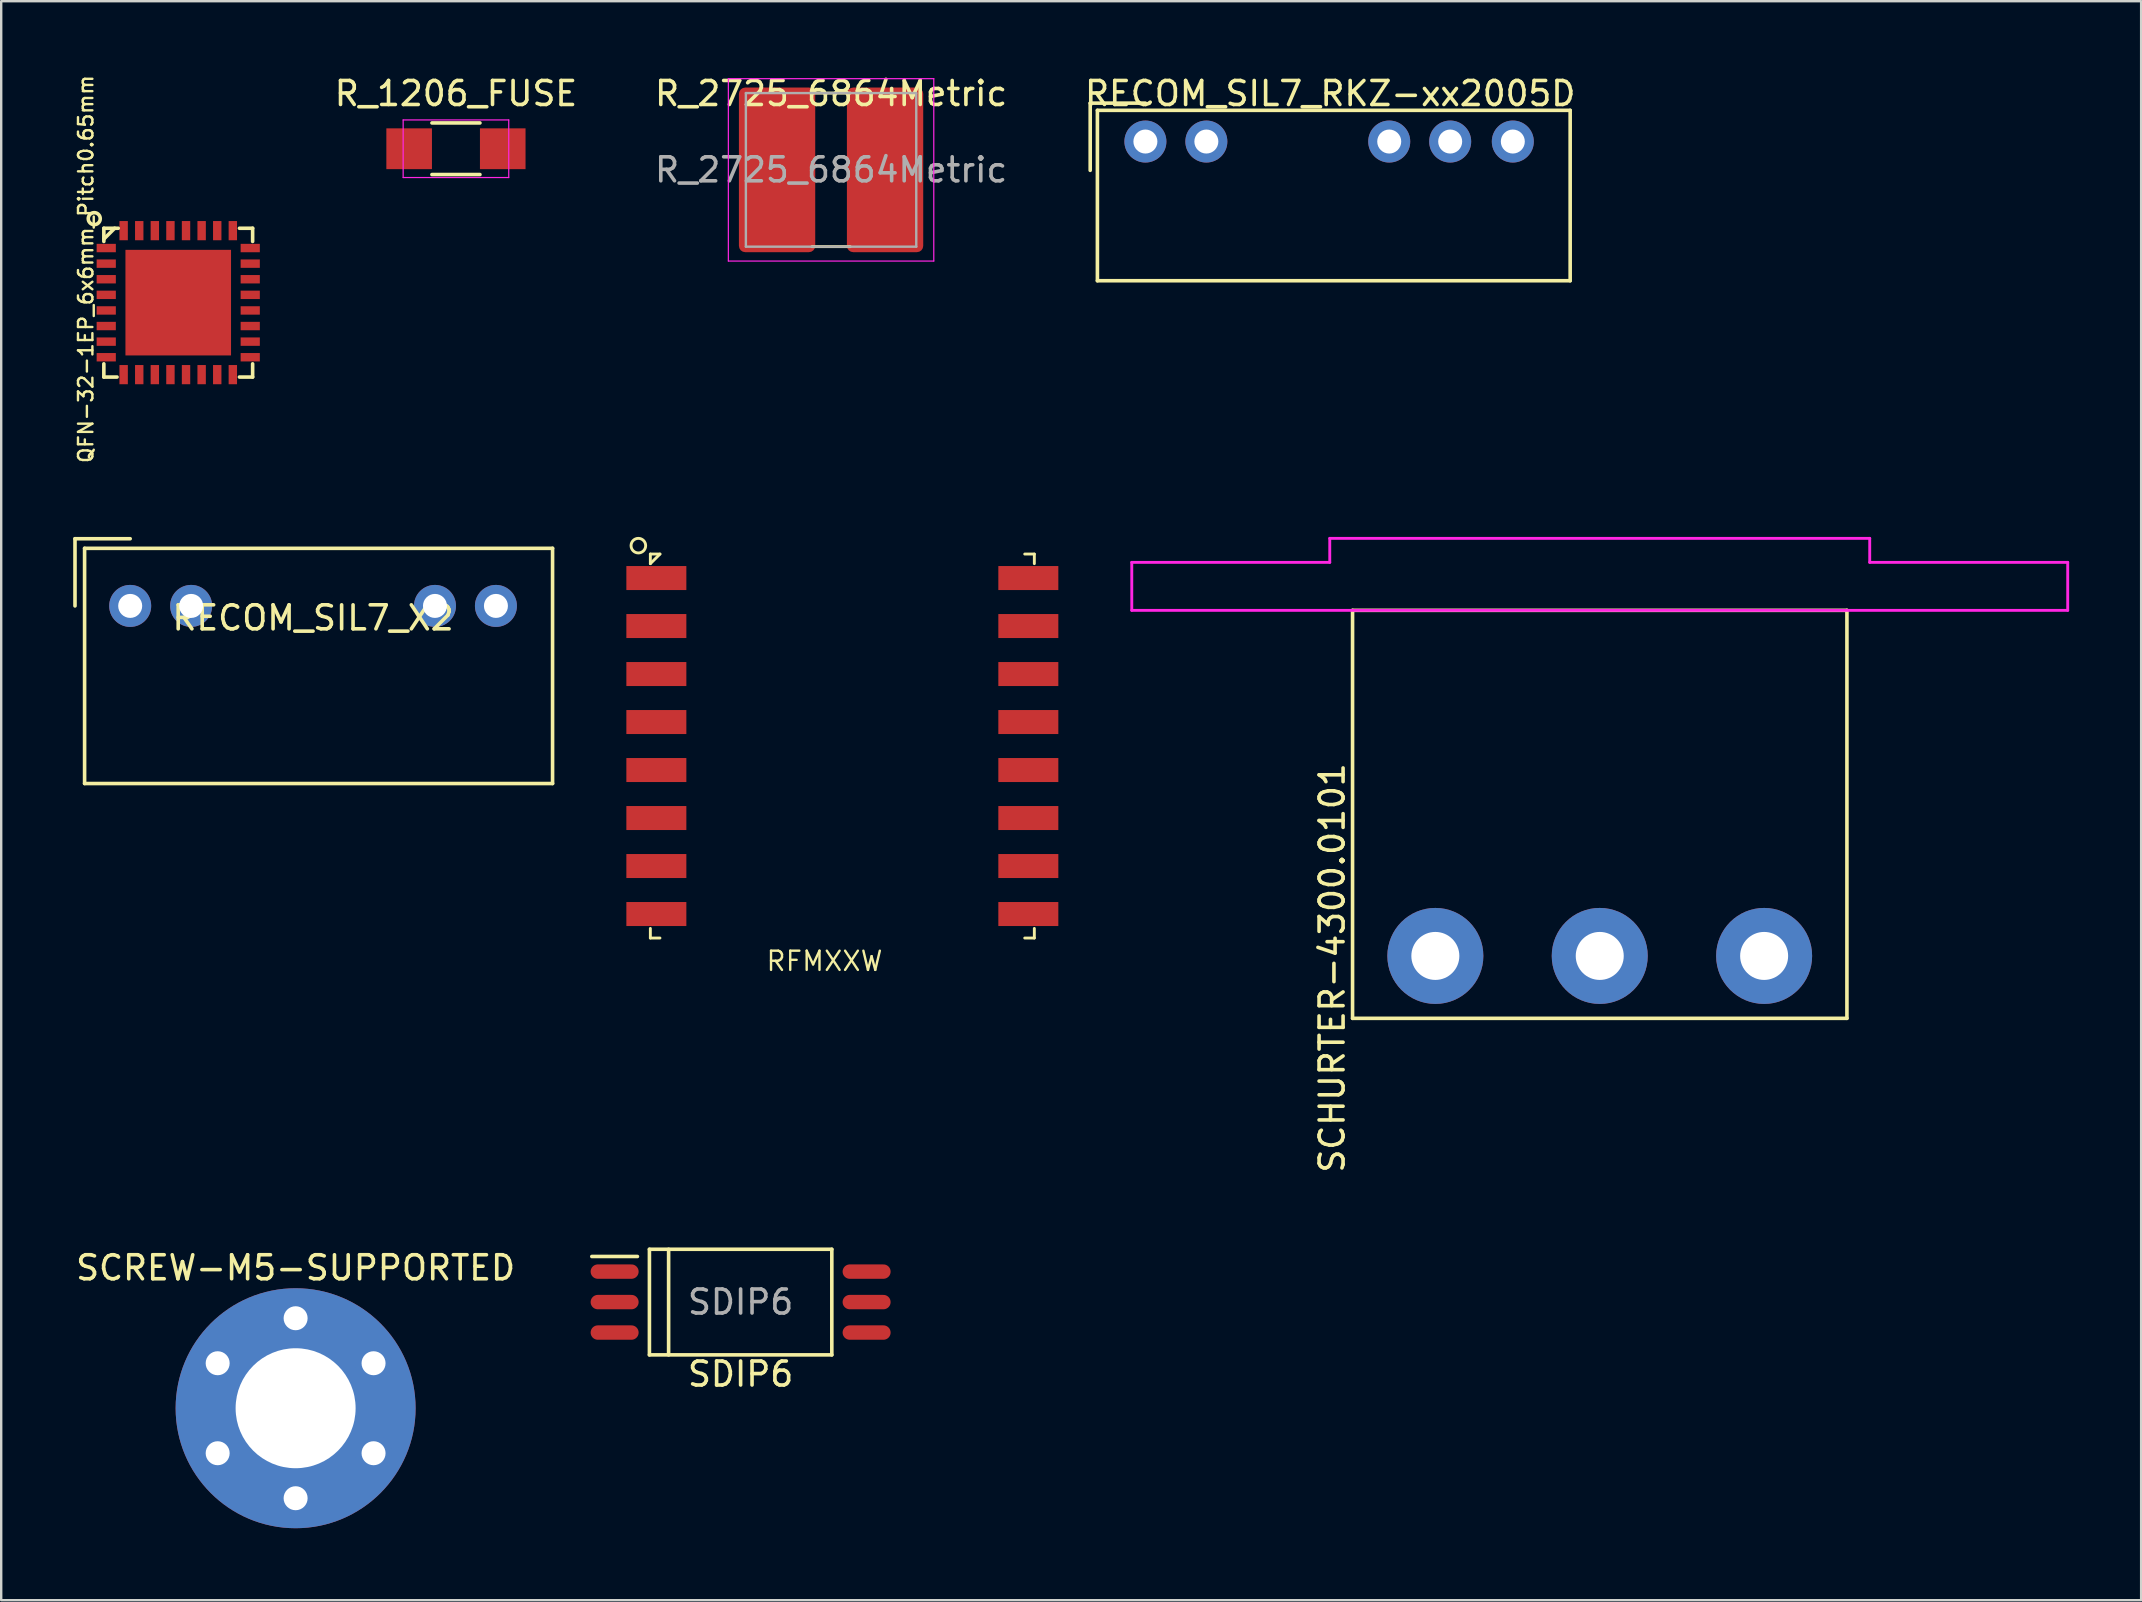
<source format=kicad_pcb>
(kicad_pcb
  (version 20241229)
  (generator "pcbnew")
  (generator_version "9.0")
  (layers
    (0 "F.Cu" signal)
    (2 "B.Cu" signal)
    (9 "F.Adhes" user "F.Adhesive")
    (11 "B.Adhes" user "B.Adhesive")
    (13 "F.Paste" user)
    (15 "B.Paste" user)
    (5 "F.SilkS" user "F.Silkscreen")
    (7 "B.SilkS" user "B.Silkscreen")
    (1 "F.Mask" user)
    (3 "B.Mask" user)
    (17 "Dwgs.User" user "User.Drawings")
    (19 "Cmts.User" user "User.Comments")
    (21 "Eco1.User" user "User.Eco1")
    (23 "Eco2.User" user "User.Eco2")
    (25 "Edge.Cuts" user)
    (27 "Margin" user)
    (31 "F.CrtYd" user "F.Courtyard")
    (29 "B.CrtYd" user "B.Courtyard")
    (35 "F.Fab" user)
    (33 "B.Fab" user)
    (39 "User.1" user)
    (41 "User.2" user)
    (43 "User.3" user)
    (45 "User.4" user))
  (footprint "SCREW-M5-SUPPORTED"
    (layer "F.Cu")
    (at 9.268 55.63)
    (property "Reference" "SCREW-M5-SUPPORTED" (at 0 -5.85 0) (layer "F.SilkS") (effects (font (size 1 1) (thickness 0.15))))
    (attr through_hole)
    (pad "1" thru_hole oval (at -3.248 -1.875) (size 1.5 1.5) (drill 1) (layers "*.Cu" "*.Mask"))
    (pad "1" thru_hole oval (at -3.248 1.875) (size 1.5 1.5) (drill 1) (layers "*.Cu" "*.Mask"))
    (pad "1" thru_hole oval (at 0 -3.75) (size 1.5 1.5) (drill 1) (layers "*.Cu" "*.Mask"))
    (pad "1" thru_hole circle (at 0 0) (size 10 10) (drill 5) (layers "*.Cu" "*.Mask"))
    (pad "1" thru_hole oval (at 0 3.75) (size 1.5 1.5) (drill 1) (layers "*.Cu" "*.Mask"))
    (pad "1" thru_hole oval (at 3.248 -1.875) (size 1.5 1.5) (drill 1) (layers "*.Cu" "*.Mask"))
    (pad "1" thru_hole oval (at 3.248 1.875) (size 1.5 1.5) (drill 1) (layers "*.Cu" "*.Mask")))
  (footprint "SCHURTER-4300.0101"
    (layer "F.Cu")
    (at 63.61 22.383)
    (property "Reference" "SCHURTER-4300.0101" (at -11.15 14.9 90) (layer "F.SilkS") (effects (font (size 1 1) (thickness 0.15))))
    (attr through_hole)
    (fp_line (start -10.3 17) (end -10.3 0) (stroke (width 0.15) (type solid)) (layer "F.SilkS"))
    (fp_line (start 10.3 0) (end -10.3 0) (stroke (width 0.15) (type solid)) (layer "F.SilkS"))
    (fp_line (start 10.3 0) (end 10.3 17) (stroke (width 0.15) (type solid)) (layer "F.SilkS"))
    (fp_line (start 10.3 17) (end -10.3 17) (stroke (width 0.15) (type solid)) (layer "F.SilkS"))
    (fp_line (start -19.5 -2) (end -11.25 -2) (stroke (width 0.12) (type solid)) (layer "F.CrtYd"))
    (fp_line (start -19.5 0) (end -19.5 -2) (stroke (width 0.12) (type solid)) (layer "F.CrtYd"))
    (fp_line (start -19.5 0) (end 19.5 0) (stroke (width 0.12) (type solid)) (layer "F.CrtYd"))
    (fp_line (start -11.25 -3) (end 11.25 -3) (stroke (width 0.12) (type solid)) (layer "F.CrtYd"))
    (fp_line (start -11.25 -2) (end -11.25 -3) (stroke (width 0.12) (type solid)) (layer "F.CrtYd"))
    (fp_line (start 11.25 -3) (end 11.25 -2) (stroke (width 0.12) (type solid)) (layer "F.CrtYd"))
    (fp_line (start 11.25 -2) (end 19.5 -2) (stroke (width 0.12) (type solid)) (layer "F.CrtYd"))
    (fp_line (start 19.5 -2) (end 19.5 0) (stroke (width 0.12) (type solid)) (layer "F.CrtYd"))
    (pad "1" thru_hole circle (at -6.85 14.4) (size 4 4) (drill 2) (layers "*.Cu" "*.Mask"))
    (pad "2" thru_hole circle (at 6.85 14.4) (size 4 4) (drill 2) (layers "*.Cu" "*.Mask"))
    (pad "3" thru_hole circle (at 0 14.4) (size 4 4) (drill 2) (layers "*.Cu" "*.Mask")))
  (footprint "SDIP6"
    (layer "F.Cu")
    (at 27.811 51.207)
    (property "Reference" "SDIP6" (at 0 3 0) (layer "F.SilkS") (effects (font (size 1 1) (thickness 0.15))))
    (attr through_hole)
    (fp_line (start -4.3 -1.9) (end -6.2 -1.9) (stroke (width 0.15) (type solid)) (layer "F.SilkS"))
    (fp_line (start -3.8 -2.2) (end 3.8 -2.2) (stroke (width 0.15) (type solid)) (layer "F.SilkS"))
    (fp_line (start -3.8 2.2) (end -3.8 -2.2) (stroke (width 0.15) (type solid)) (layer "F.SilkS"))
    (fp_line (start -3 -2.2) (end -3 2.2) (stroke (width 0.15) (type solid)) (layer "F.SilkS"))
    (fp_line (start 3.8 -2.2) (end 3.8 2.2) (stroke (width 0.15) (type solid)) (layer "F.SilkS"))
    (fp_line (start 3.8 2.2) (end -3.8 2.2) (stroke (width 0.15) (type solid)) (layer "F.SilkS"))
    (fp_text user "${REFERENCE}" (at 0 0 0) (layer "F.Fab") (effects (font (size 1 1) (thickness 0.15))))
    (pad "1" smd oval (at -5.25 -1.27) (size 2 0.6) (layers "F.Cu" "F.Mask" "F.Paste"))
    (pad "2" smd oval (at -5.25 0) (size 2 0.6) (layers "F.Cu" "F.Mask" "F.Paste"))
    (pad "3" smd oval (at -5.25 1.27) (size 2 0.6) (layers "F.Cu" "F.Mask" "F.Paste"))
    (pad "4" smd oval (at 5.25 1.27) (size 2 0.6) (layers "F.Cu" "F.Mask" "F.Paste"))
    (pad "5" smd oval (at 5.25 0) (size 2 0.6) (layers "F.Cu" "F.Mask" "F.Paste"))
    (pad "6" smd oval (at 5.25 -1.27) (size 2 0.6) (layers "F.Cu" "F.Mask" "F.Paste")))
  (footprint "QFN-32-1EP_6x6mm_Pitch0.65mm"
    (layer "F.Cu")
    (at 4.377 9.561)
    (property "Reference" "QFN-32-1EP_6x6mm_Pitch0.65mm" (at -3.85 -1.4 90) (layer "F.SilkS") (effects (font (size 0.6 0.6) (thickness 0.1))))
    (attr smd)
    (fp_line (start -3.1 -3.1) (end -3.1 -2.55) (stroke (width 0.15) (type solid)) (layer "F.SilkS"))
    (fp_line (start -3.1 -2.65) (end -2.65 -3.1) (stroke (width 0.15) (type solid)) (layer "F.SilkS"))
    (fp_line (start -3.1 3.1) (end -3.1 2.55) (stroke (width 0.15) (type solid)) (layer "F.SilkS"))
    (fp_line (start -2.55 3.1) (end -3.1 3.1) (stroke (width 0.15) (type solid)) (layer "F.SilkS"))
    (fp_line (start -2.5 -3.1) (end -3.1 -3.1) (stroke (width 0.15) (type solid)) (layer "F.SilkS"))
    (fp_line (start 2.55 -3.1) (end 3.1 -3.1) (stroke (width 0.15) (type solid)) (layer "F.SilkS"))
    (fp_line (start 3.1 -3.1) (end 3.1 -2.55) (stroke (width 0.15) (type solid)) (layer "F.SilkS"))
    (fp_line (start 3.1 2.55) (end 3.1 3.1) (stroke (width 0.15) (type solid)) (layer "F.SilkS"))
    (fp_line (start 3.1 3.1) (end 2.55 3.1) (stroke (width 0.15) (type solid)) (layer "F.SilkS"))
    (fp_circle (center -3.5 -3.5) (end -3.25 -3.5) (stroke (width 0.15) (type solid)) (fill no) (layer "F.SilkS"))
    (pad "1" smd rect (at -3 -2.275) (size 0.8 0.35) (layers "F.Cu" "F.Mask" "F.Paste"))
    (pad "2" smd rect (at -3 -1.625) (size 0.8 0.35) (layers "F.Cu" "F.Mask" "F.Paste"))
    (pad "3" smd rect (at -3 -0.975) (size 0.8 0.35) (layers "F.Cu" "F.Mask" "F.Paste"))
    (pad "4" smd rect (at -3 -0.325) (size 0.8 0.35) (layers "F.Cu" "F.Mask" "F.Paste"))
    (pad "5" smd rect (at -3 0.325) (size 0.8 0.35) (layers "F.Cu" "F.Mask" "F.Paste"))
    (pad "6" smd rect (at -3 0.975) (size 0.8 0.35) (layers "F.Cu" "F.Mask" "F.Paste"))
    (pad "7" smd rect (at -3 1.625) (size 0.8 0.35) (layers "F.Cu" "F.Mask" "F.Paste"))
    (pad "8" smd rect (at -3 2.275) (size 0.8 0.35) (layers "F.Cu" "F.Mask" "F.Paste"))
    (pad "9" smd rect (at -2.275 3 90) (size 0.8 0.35) (layers "F.Cu" "F.Mask" "F.Paste"))
    (pad "10" smd rect (at -1.625 3 90) (size 0.8 0.35) (layers "F.Cu" "F.Mask" "F.Paste"))
    (pad "11" smd rect (at -0.975 3 90) (size 0.8 0.35) (layers "F.Cu" "F.Mask" "F.Paste"))
    (pad "12" smd rect (at -0.325 3 90) (size 0.8 0.35) (layers "F.Cu" "F.Mask" "F.Paste"))
    (pad "13" smd rect (at 0.325 3 90) (size 0.8 0.35) (layers "F.Cu" "F.Mask" "F.Paste"))
    (pad "14" smd rect (at 0.975 3 90) (size 0.8 0.35) (layers "F.Cu" "F.Mask" "F.Paste"))
    (pad "15" smd rect (at 1.625 3 90) (size 0.8 0.35) (layers "F.Cu" "F.Mask" "F.Paste"))
    (pad "16" smd rect (at 2.275 3 90) (size 0.8 0.35) (layers "F.Cu" "F.Mask" "F.Paste"))
    (pad "17" smd rect (at 3 2.275) (size 0.8 0.35) (layers "F.Cu" "F.Mask" "F.Paste"))
    (pad "18" smd rect (at 3 1.625) (size 0.8 0.35) (layers "F.Cu" "F.Mask" "F.Paste"))
    (pad "19" smd rect (at 3 0.975) (size 0.8 0.35) (layers "F.Cu" "F.Mask" "F.Paste"))
    (pad "20" smd rect (at 3 0.325) (size 0.8 0.35) (layers "F.Cu" "F.Mask" "F.Paste"))
    (pad "21" smd rect (at 3 -0.325) (size 0.8 0.35) (layers "F.Cu" "F.Mask" "F.Paste"))
    (pad "22" smd rect (at 3 -0.975) (size 0.8 0.35) (layers "F.Cu" "F.Mask" "F.Paste"))
    (pad "23" smd rect (at 3 -1.625) (size 0.8 0.35) (layers "F.Cu" "F.Mask" "F.Paste"))
    (pad "24" smd rect (at 3 -2.275) (size 0.8 0.35) (layers "F.Cu" "F.Mask" "F.Paste"))
    (pad "25" smd rect (at 2.275 -3 90) (size 0.8 0.35) (layers "F.Cu" "F.Mask" "F.Paste"))
    (pad "26" smd rect (at 1.625 -3 90) (size 0.8 0.35) (layers "F.Cu" "F.Mask" "F.Paste"))
    (pad "27" smd rect (at 0.975 -3 90) (size 0.8 0.35) (layers "F.Cu" "F.Mask" "F.Paste"))
    (pad "28" smd rect (at 0.325 -3 90) (size 0.8 0.35) (layers "F.Cu" "F.Mask" "F.Paste"))
    (pad "29" smd rect (at -0.325 -3 90) (size 0.8 0.35) (layers "F.Cu" "F.Mask" "F.Paste"))
    (pad "30" smd rect (at -0.975 -3 90) (size 0.8 0.35) (layers "F.Cu" "F.Mask" "F.Paste"))
    (pad "31" smd rect (at -1.625 -3 90) (size 0.8 0.35) (layers "F.Cu" "F.Mask" "F.Paste"))
    (pad "32" smd rect (at -2.275 -3 90) (size 0.8 0.35) (layers "F.Cu" "F.Mask" "F.Paste"))
    (pad "33" smd rect (at -0.9 -0.9) (size 1.3 1.3) (layers "F.Cu" "F.Paste"))
    (pad "33" smd rect (at -0.9 0.9) (size 1.3 1.3) (layers "F.Cu" "F.Paste"))
    (pad "33" smd rect (at 0 0) (size 4.4 4.4) (layers "F.Cu" "F.Mask"))
    (pad "33" smd rect (at 0.9 -0.9) (size 1.3 1.3) (layers "F.Cu" "F.Paste"))
    (pad "33" smd rect (at 0.9 0.9) (size 1.3 1.3) (layers "F.Cu" "F.Paste")))
  (footprint "RECOM_SIL7_X2"
    (layer "F.Cu")
    (at 10.075 22.198)
    (property "Reference" "RECOM_SIL7_X2" (at -0.08 0.5 0) (layer "F.SilkS") (effects (font (size 1 1) (thickness 0.15))))
    (attr through_hole)
    (fp_line (start -10 -2.8) (end -7.7 -2.8) (stroke (width 0.15) (type solid)) (layer "F.SilkS"))
    (fp_line (start -10 0) (end -10 -2.8) (stroke (width 0.15) (type solid)) (layer "F.SilkS"))
    (fp_line (start -9.6 -2.4) (end 9.9 -2.4) (stroke (width 0.15) (type solid)) (layer "F.SilkS"))
    (fp_line (start -9.6 7.4) (end -9.6 -2.4) (stroke (width 0.15) (type solid)) (layer "F.SilkS"))
    (fp_line (start 9.9 -2.4) (end 9.9 7.4) (stroke (width 0.15) (type solid)) (layer "F.SilkS"))
    (fp_line (start 9.9 7.4) (end -9.6 7.4) (stroke (width 0.15) (type solid)) (layer "F.SilkS"))
    (pad "1" thru_hole circle (at -7.7 0) (size 1.75 1.75) (drill 1) (layers "*.Cu" "*.Mask"))
    (pad "2" thru_hole circle (at -5.16 0) (size 1.75 1.75) (drill 1) (layers "*.Cu" "*.Mask"))
    (pad "3" thru_hole circle (at 5 0) (size 1.75 1.75) (drill 1) (layers "*.Cu" "*.Mask"))
    (pad "4" thru_hole circle (at 7.54 0) (size 1.75 1.75) (drill 1) (layers "*.Cu" "*.Mask")))
  (footprint "RFMXXW"
    (layer "F.Cu")
    (at 32.05 28.037)
    (property "Reference" "RFMXXW" (at -0.743 8.962 180) (layer "F.SilkS") (effects (font (size 0.8 0.8) (thickness 0.1))))
    (attr through_hole)
    (fp_line (start -8 -8) (end -8 -7.6) (stroke (width 0.12) (type solid)) (layer "F.SilkS"))
    (fp_line (start -8 -8) (end -7.6 -8) (stroke (width 0.12) (type solid)) (layer "F.SilkS"))
    (fp_line (start -8 7.6) (end -8 8) (stroke (width 0.12) (type solid)) (layer "F.SilkS"))
    (fp_line (start -8 8) (end -7.6 8) (stroke (width 0.12) (type solid)) (layer "F.SilkS"))
    (fp_line (start -7.6 -8) (end -8 -7.6) (stroke (width 0.12) (type solid)) (layer "F.SilkS"))
    (fp_line (start 7.6 -8) (end 8 -8) (stroke (width 0.12) (type solid)) (layer "F.SilkS"))
    (fp_line (start 7.6 8) (end 8 8) (stroke (width 0.12) (type solid)) (layer "F.SilkS"))
    (fp_line (start 8 -8) (end 8 -7.6) (stroke (width 0.12) (type solid)) (layer "F.SilkS"))
    (fp_line (start 8 7.6) (end 8 8) (stroke (width 0.12) (type solid)) (layer "F.SilkS"))
    (fp_circle (center -8.5 -8.35) (end -8.2 -8.3) (stroke (width 0.12) (type solid)) (fill no) (layer "F.SilkS"))
    (pad "1" smd rect (at -7.75 -7) (size 2.5 1) (layers "F.Cu" "F.Mask" "F.Paste"))
    (pad "2" smd rect (at -7.75 -5) (size 2.5 1) (layers "F.Cu" "F.Mask" "F.Paste"))
    (pad "3" smd rect (at -7.75 -3) (size 2.5 1) (layers "F.Cu" "F.Mask" "F.Paste"))
    (pad "4" smd rect (at -7.75 -1) (size 2.5 1) (layers "F.Cu" "F.Mask" "F.Paste"))
    (pad "5" smd rect (at -7.75 1) (size 2.5 1) (layers "F.Cu" "F.Mask" "F.Paste"))
    (pad "6" smd rect (at -7.75 3) (size 2.5 1) (layers "F.Cu" "F.Mask" "F.Paste"))
    (pad "7" smd rect (at -7.75 5) (size 2.5 1) (layers "F.Cu" "F.Mask" "F.Paste"))
    (pad "8" smd rect (at -7.75 7) (size 2.5 1) (layers "F.Cu" "F.Mask" "F.Paste"))
    (pad "9" smd rect (at 7.75 7) (size 2.5 1) (layers "F.Cu" "F.Mask" "F.Paste"))
    (pad "10" smd rect (at 7.75 5) (size 2.5 1) (layers "F.Cu" "F.Mask" "F.Paste"))
    (pad "11" smd rect (at 7.75 3) (size 2.5 1) (layers "F.Cu" "F.Mask" "F.Paste"))
    (pad "12" smd rect (at 7.75 1) (size 2.5 1) (layers "F.Cu" "F.Mask" "F.Paste"))
    (pad "13" smd rect (at 7.75 -1) (size 2.5 1) (layers "F.Cu" "F.Mask" "F.Paste"))
    (pad "14" smd rect (at 7.75 -3) (size 2.5 1) (layers "F.Cu" "F.Mask" "F.Paste"))
    (pad "15" smd rect (at 7.75 -5) (size 2.5 1) (layers "F.Cu" "F.Mask" "F.Paste"))
    (pad "16" smd rect (at 7.75 -7) (size 2.5 1) (layers "F.Cu" "F.Mask" "F.Paste")))
  (footprint "R_2725_6864Metric"
    (layer "F.Cu")
    (at 31.58 4.028)
    (property "Reference" "R_2725_6864Metric" (at 0 -3.18 0) (layer "F.SilkS") (effects (font (size 1 1) (thickness 0.15))))
    (attr smd)
    (fp_line (start -0.797 -3.2) (end 0.797 -3.2) (stroke (width 0.12) (type solid)) (layer "F.SilkS"))
    (fp_line (start -0.797 3.2) (end 0.797 3.2) (stroke (width 0.12) (type solid)) (layer "F.SilkS"))
    (fp_line (start -4.28 -3.8) (end 4.28 -3.8) (stroke (width 0.05) (type solid)) (layer "F.CrtYd"))
    (fp_line (start -4.28 3.8) (end -4.28 -3.8) (stroke (width 0.05) (type solid)) (layer "F.CrtYd"))
    (fp_line (start 4.28 -3.8) (end 4.28 3.8) (stroke (width 0.05) (type solid)) (layer "F.CrtYd"))
    (fp_line (start 4.28 3.8) (end -4.28 3.8) (stroke (width 0.05) (type solid)) (layer "F.CrtYd"))
    (fp_line (start -3.55 -3.2) (end 3.55 -3.2) (stroke (width 0.1) (type solid)) (layer "F.Fab"))
    (fp_line (start -3.55 3.2) (end -3.55 -3.2) (stroke (width 0.1) (type solid)) (layer "F.Fab"))
    (fp_line (start 3.55 -3.2) (end 3.55 3.2) (stroke (width 0.1) (type solid)) (layer "F.Fab"))
    (fp_line (start 3.55 3.2) (end -3.55 3.2) (stroke (width 0.1) (type solid)) (layer "F.Fab"))
    (fp_text user "${REFERENCE}" (at 0 0 0) (layer "F.Fab") (effects (font (size 1 1) (thickness 0.15))))
    (pad "1" smd roundrect (at -2.25 0) (size 3.18 6.86) (layers "F.Cu" "F.Mask" "F.Paste") (roundrect_rratio 0.083))
    (pad "2" smd roundrect (at 2.25 0) (size 3.18 6.86) (layers "F.Cu" "F.Mask" "F.Paste") (roundrect_rratio 0.083)))
  (footprint "RECOM_SIL7_RKZ-xx2005D"
    (layer "F.Cu")
    (at 52.378 2.848)
    (property "Reference" "RECOM_SIL7_RKZ-xx2005D" (at 0 -2 0) (layer "F.SilkS") (effects (font (size 1 1) (thickness 0.15))))
    (attr through_hole)
    (fp_line (start -10 -1.6) (end -7.7 -1.6) (stroke (width 0.15) (type solid)) (layer "F.SilkS"))
    (fp_line (start -10 1.2) (end -10 -1.6) (stroke (width 0.15) (type solid)) (layer "F.SilkS"))
    (fp_line (start -9.7 -1.3) (end 10 -1.3) (stroke (width 0.15) (type solid)) (layer "F.SilkS"))
    (fp_line (start -9.7 5.8) (end -9.7 -1.3) (stroke (width 0.15) (type solid)) (layer "F.SilkS"))
    (fp_line (start 10 -1.3) (end 10 5.8) (stroke (width 0.15) (type solid)) (layer "F.SilkS"))
    (fp_line (start 10 5.8) (end -9.7 5.8) (stroke (width 0.15) (type solid)) (layer "F.SilkS"))
    (pad "1" thru_hole circle (at -7.7 0) (size 1.75 1.75) (drill 1) (layers "*.Cu" "*.Mask"))
    (pad "2" thru_hole circle (at -5.16 0) (size 1.75 1.75) (drill 1) (layers "*.Cu" "*.Mask"))
    (pad "5" thru_hole circle (at 2.46 0) (size 1.75 1.75) (drill 1) (layers "*.Cu" "*.Mask"))
    (pad "6" thru_hole circle (at 5 0) (size 1.75 1.75) (drill 1) (layers "*.Cu" "*.Mask"))
    (pad "7" thru_hole circle (at 7.61 0) (size 1.75 1.75) (drill 1) (layers "*.Cu" "*.Mask")))
  (footprint "R_1206_FUSE"
    (layer "F.Cu")
    (at 15.949 3.148)
    (property "Reference" "R_1206_FUSE" (at 0 -2.3 0) (layer "F.SilkS") (effects (font (size 1 1) (thickness 0.15))))
    (attr smd)
    (fp_line (start -1 -1.075) (end 1 -1.075) (stroke (width 0.15) (type solid)) (layer "F.SilkS"))
    (fp_line (start 1 1.075) (end -1 1.075) (stroke (width 0.15) (type solid)) (layer "F.SilkS"))
    (fp_line (start -2.2 -1.2) (end -2.2 1.2) (stroke (width 0.05) (type solid)) (layer "F.CrtYd"))
    (fp_line (start -2.2 -1.2) (end 2.2 -1.2) (stroke (width 0.05) (type solid)) (layer "F.CrtYd"))
    (fp_line (start -2.2 1.2) (end 2.2 1.2) (stroke (width 0.05) (type solid)) (layer "F.CrtYd"))
    (fp_line (start 2.2 -1.2) (end 2.2 1.2) (stroke (width 0.05) (type solid)) (layer "F.CrtYd"))
    (pad "1" smd rect (at -1.95 0) (size 1.9 1.7) (layers "F.Cu" "F.Mask" "F.Paste"))
    (pad "2" smd rect (at 1.95 0) (size 1.9 1.7) (layers "F.Cu" "F.Mask" "F.Paste")))
  (gr_rect
    (start -3 -3)
    (end 86.17 63.63)
    (stroke (width 0.1) (type default))
    (fill no)
    (layer "Edge.Cuts")))
</source>
